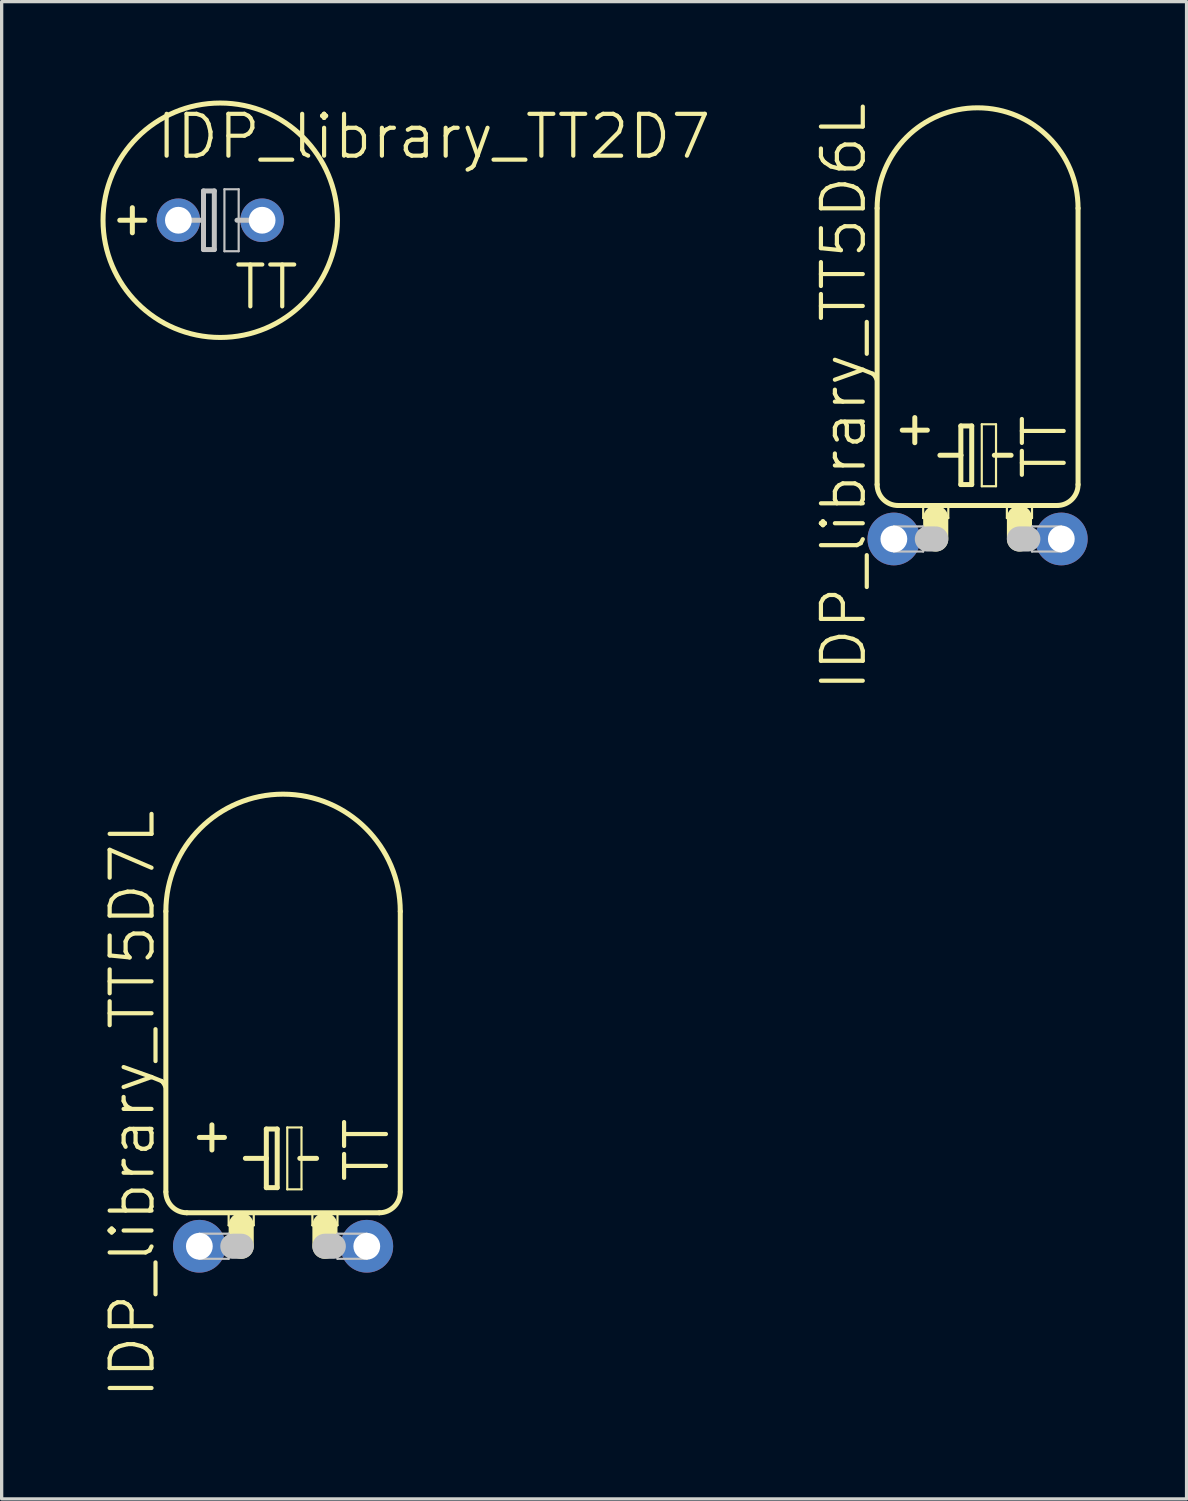
<source format=kicad_pcb>
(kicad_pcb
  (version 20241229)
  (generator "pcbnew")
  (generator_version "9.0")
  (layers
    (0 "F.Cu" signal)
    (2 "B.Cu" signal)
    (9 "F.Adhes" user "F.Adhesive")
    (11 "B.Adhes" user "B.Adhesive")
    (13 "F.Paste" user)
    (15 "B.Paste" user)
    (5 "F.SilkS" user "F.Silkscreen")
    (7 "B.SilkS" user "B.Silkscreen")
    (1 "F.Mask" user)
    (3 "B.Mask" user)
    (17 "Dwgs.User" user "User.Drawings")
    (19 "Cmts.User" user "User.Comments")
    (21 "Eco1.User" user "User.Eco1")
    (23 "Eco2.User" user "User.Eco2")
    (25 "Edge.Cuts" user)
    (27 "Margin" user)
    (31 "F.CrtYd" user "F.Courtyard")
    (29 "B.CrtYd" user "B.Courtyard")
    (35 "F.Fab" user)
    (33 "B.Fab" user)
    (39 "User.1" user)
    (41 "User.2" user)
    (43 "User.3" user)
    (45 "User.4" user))
  (footprint "IDP_library_TT5D7L"
    (layer "F.Cu")
    (at 5.538 34.76)
    (property "Reference" "IDP_library_TT5D7L" (at -4.572 -4.318 90) (layer "F.SilkS") (effects (font (size 1.27 1.27) (thickness 0.127))))
    (attr exclude_from_pos_files exclude_from_bom)
    (fp_line (start -3.556 -10.16) (end -3.556 -1.651) (stroke (width 0.152) (type solid)) (layer "F.SilkS"))
    (fp_line (start -2.921 -1.016) (end 2.921 -1.016) (stroke (width 0.152) (type solid)) (layer "F.SilkS"))
    (fp_line (start -2.54 -3.302) (end -1.778 -3.302) (stroke (width 0.152) (type solid)) (layer "F.SilkS"))
    (fp_line (start -2.159 -3.683) (end -2.159 -2.921) (stroke (width 0.152) (type solid)) (layer "F.SilkS"))
    (fp_line (start -1.651 -1.016) (end -0.889 -1.016) (stroke (width 0.066) (type solid)) (layer "F.SilkS"))
    (fp_line (start -1.651 -0.635) (end -1.651 -1.016) (stroke (width 0.066) (type solid)) (layer "F.SilkS"))
    (fp_line (start -1.651 -0.635) (end -0.889 -0.635) (stroke (width 0.066) (type solid)) (layer "F.SilkS"))
    (fp_line (start -1.27 -0.635) (end -1.27 0) (stroke (width 0.762) (type solid)) (layer "F.SilkS"))
    (fp_line (start -1.143 -2.667) (end -0.508 -2.667) (stroke (width 0.152) (type solid)) (layer "F.SilkS"))
    (fp_line (start -0.889 -0.635) (end -0.889 -1.016) (stroke (width 0.066) (type solid)) (layer "F.SilkS"))
    (fp_line (start -0.508 -3.556) (end -0.508 -2.667) (stroke (width 0.152) (type solid)) (layer "F.SilkS"))
    (fp_line (start -0.508 -2.667) (end -0.508 -1.778) (stroke (width 0.152) (type solid)) (layer "F.SilkS"))
    (fp_line (start -0.508 -1.778) (end -0.178 -1.778) (stroke (width 0.152) (type solid)) (layer "F.SilkS"))
    (fp_line (start -0.178 -3.556) (end -0.508 -3.556) (stroke (width 0.152) (type solid)) (layer "F.SilkS"))
    (fp_line (start -0.178 -1.778) (end -0.178 -3.556) (stroke (width 0.152) (type solid)) (layer "F.SilkS"))
    (fp_line (start 0.127 -3.604) (end 0.559 -3.604) (stroke (width 0.066) (type solid)) (layer "F.SilkS"))
    (fp_line (start 0.127 -1.727) (end 0.127 -3.604) (stroke (width 0.066) (type solid)) (layer "F.SilkS"))
    (fp_line (start 0.127 -1.727) (end 0.559 -1.727) (stroke (width 0.066) (type solid)) (layer "F.SilkS"))
    (fp_line (start 0.508 -2.667) (end 1.016 -2.667) (stroke (width 0.152) (type solid)) (layer "F.SilkS"))
    (fp_line (start 0.559 -1.727) (end 0.559 -3.604) (stroke (width 0.066) (type solid)) (layer "F.SilkS"))
    (fp_line (start 0.889 -1.016) (end 1.651 -1.016) (stroke (width 0.066) (type solid)) (layer "F.SilkS"))
    (fp_line (start 0.889 -0.635) (end 0.889 -1.016) (stroke (width 0.066) (type solid)) (layer "F.SilkS"))
    (fp_line (start 0.889 -0.635) (end 1.651 -0.635) (stroke (width 0.066) (type solid)) (layer "F.SilkS"))
    (fp_line (start 1.27 -0.635) (end 1.27 0) (stroke (width 0.762) (type solid)) (layer "F.SilkS"))
    (fp_line (start 1.651 -0.635) (end 1.651 -1.016) (stroke (width 0.066) (type solid)) (layer "F.SilkS"))
    (fp_line (start 3.556 -10.16) (end 3.556 -1.651) (stroke (width 0.152) (type solid)) (layer "F.SilkS"))
    (fp_arc (start -3.556 -10.16) (mid 0 -13.716) (end 3.556 -10.16) (stroke (width 0.1524) (type solid)) (layer "F.SilkS"))
    (fp_arc (start -2.921 -1.016) (mid -3.370013 -1.201987) (end -3.556 -1.651) (stroke (width 0.1524) (type solid)) (layer "F.SilkS"))
    (fp_arc (start 3.556 -1.651) (mid 3.370013 -1.201987) (end 2.921 -1.016) (stroke (width 0.1524) (type solid)) (layer "F.SilkS"))
    (fp_line (start -2.54 -0.381) (end -1.651 -0.381) (stroke (width 0.066) (type solid)) (layer "Dwgs.User"))
    (fp_line (start -2.54 0.381) (end -2.54 -0.381) (stroke (width 0.066) (type solid)) (layer "Dwgs.User"))
    (fp_line (start -2.54 0.381) (end -1.651 0.381) (stroke (width 0.066) (type solid)) (layer "Dwgs.User"))
    (fp_line (start -1.651 0.381) (end -1.651 -0.381) (stroke (width 0.066) (type solid)) (layer "Dwgs.User"))
    (fp_line (start -1.524 0) (end -1.27 0) (stroke (width 0.762) (type solid)) (layer "Dwgs.User"))
    (fp_line (start 1.524 0) (end 1.27 0) (stroke (width 0.762) (type solid)) (layer "Dwgs.User"))
    (fp_line (start 1.651 -0.381) (end 2.54 -0.381) (stroke (width 0.066) (type solid)) (layer "Dwgs.User"))
    (fp_line (start 1.651 0.381) (end 1.651 -0.381) (stroke (width 0.066) (type solid)) (layer "Dwgs.User"))
    (fp_line (start 1.651 0.381) (end 2.54 0.381) (stroke (width 0.066) (type solid)) (layer "Dwgs.User"))
    (fp_line (start 2.54 0.381) (end 2.54 -0.381) (stroke (width 0.066) (type solid)) (layer "Dwgs.User"))
    (fp_text user "TT" (at 2.54 -2.921 90) (layer "F.SilkS") (effects (font (size 1.27 1.27) (thickness 0.127))))
    (pad "+" thru_hole circle (at -2.54 0) (size 1.6 1.6) (drill 0.813) (layers "*.Cu" "*.Paste" "*.Mask"))
    (pad "-" thru_hole circle (at 2.54 0) (size 1.6 1.6) (drill 0.813) (layers "*.Cu" "*.Paste" "*.Mask")))
  (footprint "IDP_library_TT5D6L"
    (layer "F.Cu")
    (at 26.609 13.302)
    (property "Reference" "IDP_library_TT5D6L" (at -4.064 -4.318 90) (layer "F.SilkS") (effects (font (size 1.27 1.27) (thickness 0.127))))
    (attr exclude_from_pos_files exclude_from_bom)
    (fp_line (start -3.048 -10.033) (end -3.048 -1.651) (stroke (width 0.152) (type solid)) (layer "F.SilkS"))
    (fp_line (start -2.413 -1.016) (end 2.413 -1.016) (stroke (width 0.152) (type solid)) (layer "F.SilkS"))
    (fp_line (start -2.286 -3.302) (end -1.524 -3.302) (stroke (width 0.152) (type solid)) (layer "F.SilkS"))
    (fp_line (start -1.905 -2.921) (end -1.905 -3.683) (stroke (width 0.152) (type solid)) (layer "F.SilkS"))
    (fp_line (start -1.651 -1.016) (end -0.889 -1.016) (stroke (width 0.066) (type solid)) (layer "F.SilkS"))
    (fp_line (start -1.651 -0.635) (end -1.651 -1.016) (stroke (width 0.066) (type solid)) (layer "F.SilkS"))
    (fp_line (start -1.651 -0.635) (end -0.889 -0.635) (stroke (width 0.066) (type solid)) (layer "F.SilkS"))
    (fp_line (start -1.27 -0.635) (end -1.27 0) (stroke (width 0.762) (type solid)) (layer "F.SilkS"))
    (fp_line (start -1.143 -2.54) (end -0.508 -2.54) (stroke (width 0.152) (type solid)) (layer "F.SilkS"))
    (fp_line (start -0.889 -0.635) (end -0.889 -1.016) (stroke (width 0.066) (type solid)) (layer "F.SilkS"))
    (fp_line (start -0.508 -3.429) (end -0.508 -2.54) (stroke (width 0.152) (type solid)) (layer "F.SilkS"))
    (fp_line (start -0.508 -2.54) (end -0.508 -1.651) (stroke (width 0.152) (type solid)) (layer "F.SilkS"))
    (fp_line (start -0.508 -1.651) (end -0.178 -1.651) (stroke (width 0.152) (type solid)) (layer "F.SilkS"))
    (fp_line (start -0.178 -3.429) (end -0.508 -3.429) (stroke (width 0.152) (type solid)) (layer "F.SilkS"))
    (fp_line (start -0.178 -1.651) (end -0.178 -3.429) (stroke (width 0.152) (type solid)) (layer "F.SilkS"))
    (fp_line (start 0.127 -3.48) (end 0.559 -3.48) (stroke (width 0.066) (type solid)) (layer "F.SilkS"))
    (fp_line (start 0.127 -1.6) (end 0.127 -3.48) (stroke (width 0.066) (type solid)) (layer "F.SilkS"))
    (fp_line (start 0.127 -1.6) (end 0.559 -1.6) (stroke (width 0.066) (type solid)) (layer "F.SilkS"))
    (fp_line (start 0.508 -2.54) (end 1.016 -2.54) (stroke (width 0.152) (type solid)) (layer "F.SilkS"))
    (fp_line (start 0.559 -1.6) (end 0.559 -3.48) (stroke (width 0.066) (type solid)) (layer "F.SilkS"))
    (fp_line (start 0.889 -1.016) (end 1.651 -1.016) (stroke (width 0.066) (type solid)) (layer "F.SilkS"))
    (fp_line (start 0.889 -0.635) (end 0.889 -1.016) (stroke (width 0.066) (type solid)) (layer "F.SilkS"))
    (fp_line (start 0.889 -0.635) (end 1.651 -0.635) (stroke (width 0.066) (type solid)) (layer "F.SilkS"))
    (fp_line (start 1.27 -0.635) (end 1.27 0) (stroke (width 0.762) (type solid)) (layer "F.SilkS"))
    (fp_line (start 1.651 -0.635) (end 1.651 -1.016) (stroke (width 0.066) (type solid)) (layer "F.SilkS"))
    (fp_line (start 3.048 -10.033) (end 3.048 -1.651) (stroke (width 0.152) (type solid)) (layer "F.SilkS"))
    (fp_arc (start -3.048 -10.033) (mid 0 -13.081) (end 3.048 -10.033) (stroke (width 0.1524) (type solid)) (layer "F.SilkS"))
    (fp_arc (start -2.413 -1.016) (mid -2.862013 -1.201987) (end -3.048 -1.651) (stroke (width 0.1524) (type solid)) (layer "F.SilkS"))
    (fp_arc (start 3.048 -1.651) (mid 2.862013 -1.201987) (end 2.413 -1.016) (stroke (width 0.1524) (type solid)) (layer "F.SilkS"))
    (fp_line (start -2.54 -0.381) (end -1.651 -0.381) (stroke (width 0.066) (type solid)) (layer "Dwgs.User"))
    (fp_line (start -2.54 0.381) (end -2.54 -0.381) (stroke (width 0.066) (type solid)) (layer "Dwgs.User"))
    (fp_line (start -2.54 0.381) (end -1.651 0.381) (stroke (width 0.066) (type solid)) (layer "Dwgs.User"))
    (fp_line (start -1.651 0.381) (end -1.651 -0.381) (stroke (width 0.066) (type solid)) (layer "Dwgs.User"))
    (fp_line (start -1.524 0) (end -1.27 0) (stroke (width 0.762) (type solid)) (layer "Dwgs.User"))
    (fp_line (start 1.524 0) (end 1.27 0) (stroke (width 0.762) (type solid)) (layer "Dwgs.User"))
    (fp_line (start 1.651 -0.381) (end 2.54 -0.381) (stroke (width 0.066) (type solid)) (layer "Dwgs.User"))
    (fp_line (start 1.651 0.381) (end 1.651 -0.381) (stroke (width 0.066) (type solid)) (layer "Dwgs.User"))
    (fp_line (start 1.651 0.381) (end 2.54 0.381) (stroke (width 0.066) (type solid)) (layer "Dwgs.User"))
    (fp_line (start 2.54 0.381) (end 2.54 -0.381) (stroke (width 0.066) (type solid)) (layer "Dwgs.User"))
    (fp_text user "TT" (at 2.032 -2.794 90) (layer "F.SilkS") (effects (font (size 1.27 1.27) (thickness 0.127))))
    (pad "+" thru_hole circle (at -2.54 0) (size 1.6 1.6) (drill 0.813) (layers "*.Cu" "*.Paste" "*.Mask"))
    (pad "-" thru_hole circle (at 2.54 0) (size 1.6 1.6) (drill 0.813) (layers "*.Cu" "*.Paste" "*.Mask")))
  (footprint "IDP_library_TT2D7"
    (layer "F.Cu")
    (at 2.362 3.632)
    (property "Reference" "IDP_library_TT2D7" (at 7.747 -2.54 0) (layer "F.SilkS") (effects (font (size 1.27 1.27) (thickness 0.127))))
    (attr exclude_from_pos_files exclude_from_bom)
    (fp_line (start -1.397 0.381) (end -1.397 -0.381) (stroke (width 0.152) (type solid)) (layer "F.SilkS"))
    (fp_line (start -1.016 0) (end -1.778 0) (stroke (width 0.152) (type solid)) (layer "F.SilkS"))
    (fp_circle (center 1.27 0) (end 1.27 -3.556) (stroke (width 0.152) (type solid)) (fill no) (layer "F.SilkS"))
    (fp_line (start 0.254 0) (end 0.762 0) (stroke (width 0.152) (type solid)) (layer "Dwgs.User"))
    (fp_line (start 0.762 -0.889) (end 0.762 0) (stroke (width 0.152) (type solid)) (layer "Dwgs.User"))
    (fp_line (start 0.762 0) (end 0.762 0.889) (stroke (width 0.152) (type solid)) (layer "Dwgs.User"))
    (fp_line (start 0.762 0.889) (end 1.09 0.889) (stroke (width 0.152) (type solid)) (layer "Dwgs.User"))
    (fp_line (start 1.09 -0.889) (end 0.762 -0.889) (stroke (width 0.152) (type solid)) (layer "Dwgs.User"))
    (fp_line (start 1.09 0.889) (end 1.09 -0.889) (stroke (width 0.152) (type solid)) (layer "Dwgs.User"))
    (fp_line (start 1.397 -0.94) (end 1.829 -0.94) (stroke (width 0.066) (type solid)) (layer "Dwgs.User"))
    (fp_line (start 1.397 0.94) (end 1.397 -0.94) (stroke (width 0.066) (type solid)) (layer "Dwgs.User"))
    (fp_line (start 1.397 0.94) (end 1.829 0.94) (stroke (width 0.066) (type solid)) (layer "Dwgs.User"))
    (fp_line (start 1.778 0) (end 2.286 0) (stroke (width 0.152) (type solid)) (layer "Dwgs.User"))
    (fp_line (start 1.829 0.94) (end 1.829 -0.94) (stroke (width 0.066) (type solid)) (layer "Dwgs.User"))
    (fp_text user "TT" (at 2.667 2.032 0) (layer "F.SilkS") (effects (font (size 1.27 1.27) (thickness 0.127))))
    (pad "+" thru_hole circle (at 0 0) (size 1.321 1.321) (drill 0.813) (layers "*.Cu" "*.Paste" "*.Mask"))
    (pad "-" thru_hole circle (at 2.54 0) (size 1.321 1.321) (drill 0.813) (layers "*.Cu" "*.Paste" "*.Mask")))
  (gr_rect
    (start -3 -3)
    (end 32.949 42.425)
    (stroke (width 0.1) (type default))
    (fill no)
    (layer "Edge.Cuts")))
</source>
